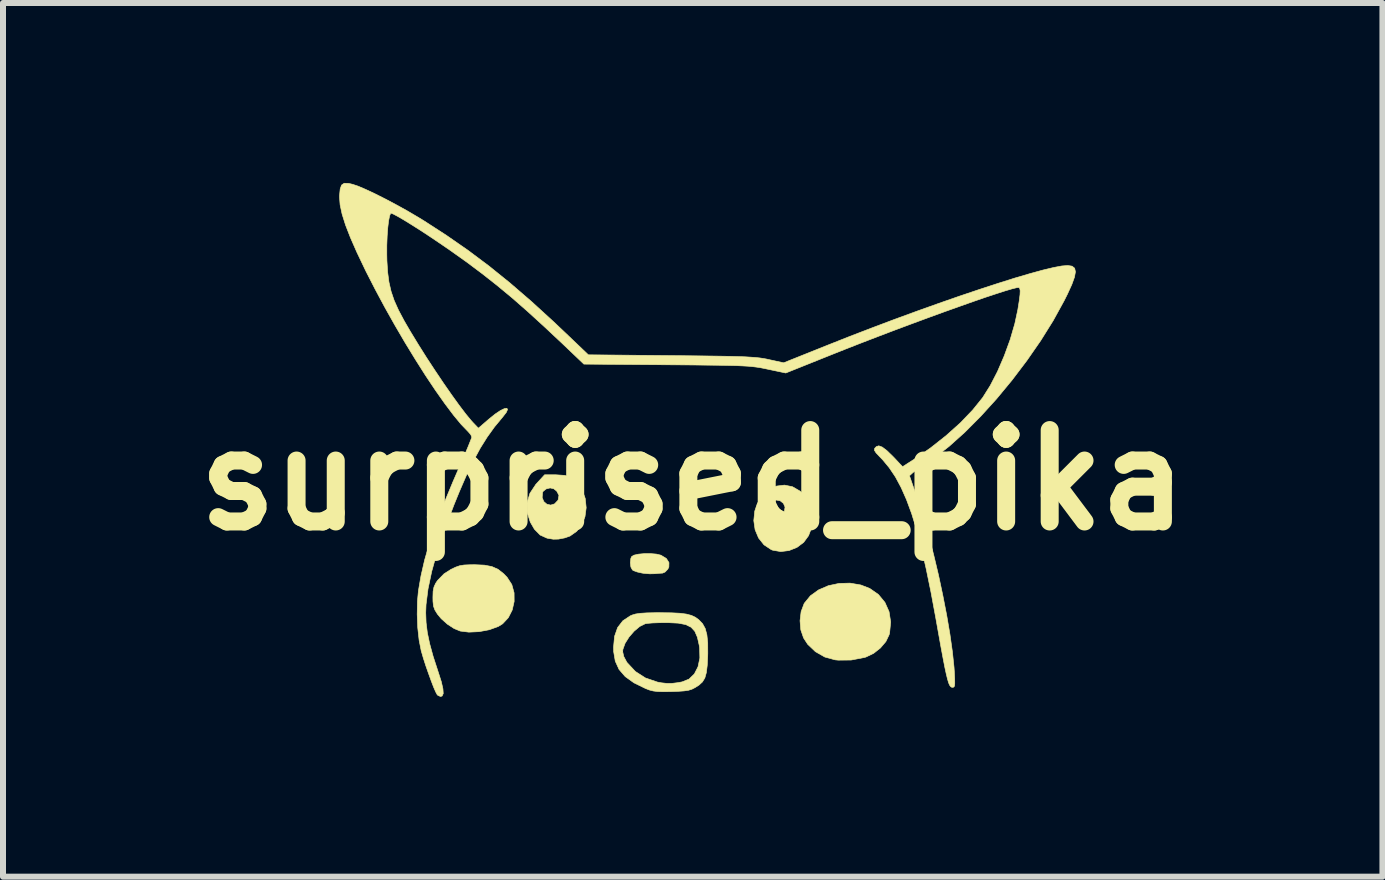
<source format=kicad_pcb>
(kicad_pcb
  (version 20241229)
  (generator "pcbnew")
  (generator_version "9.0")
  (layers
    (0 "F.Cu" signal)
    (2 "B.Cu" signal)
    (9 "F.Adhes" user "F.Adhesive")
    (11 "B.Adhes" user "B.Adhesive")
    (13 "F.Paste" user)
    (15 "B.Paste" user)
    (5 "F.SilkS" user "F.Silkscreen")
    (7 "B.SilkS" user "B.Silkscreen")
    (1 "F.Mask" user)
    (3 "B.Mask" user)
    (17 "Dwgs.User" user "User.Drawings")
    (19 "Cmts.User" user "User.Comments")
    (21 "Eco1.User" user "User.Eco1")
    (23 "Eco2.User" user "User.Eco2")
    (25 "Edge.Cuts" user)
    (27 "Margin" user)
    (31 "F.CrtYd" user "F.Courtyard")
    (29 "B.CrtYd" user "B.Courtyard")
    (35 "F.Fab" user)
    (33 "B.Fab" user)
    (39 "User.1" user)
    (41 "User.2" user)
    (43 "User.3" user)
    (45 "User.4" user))
  (footprint "surprised_pika"
    (layer "F.Cu")
    (at 8.498 4.954)
    (property "Reference" "surprised_pika" (at 0 0 0) (layer "F.SilkS") (effects (font (size 1.524 1.524) (thickness 0.3))))
    (attr through_hole)
    (fp_poly (pts (xy -0.605 1.233) (xy -0.531 1.251) (xy -0.527 1.253) (xy -0.439 1.307) (xy -0.396 1.375) (xy -0.398 1.449) (xy -0.416 1.485) (xy -0.46 1.531) (xy -0.502 1.55) (xy -0.557 1.553) (xy -0.631 1.56) (xy -0.635 1.56) (xy -0.716 1.562) (xy -0.813 1.554) (xy -0.846 1.549) (xy -0.926 1.531) (xy -0.988 1.508) (xy -1.005 1.497) (xy -1.031 1.449) (xy -1.04 1.377) (xy -1.032 1.306) (xy -1.019 1.275) (xy -0.98 1.251) (xy -0.904 1.234) (xy -0.806 1.225) (xy -0.702 1.225) (xy -0.605 1.233)) (stroke (width 0.01) (type solid)) (fill yes) (layer "F.SilkS"))
    (fp_poly (pts (xy 2.803 1.748) (xy 2.95 1.805) (xy 3.095 1.906) (xy 3.204 2.038) (xy 3.273 2.193) (xy 3.3 2.365) (xy 3.282 2.547) (xy 3.274 2.578) (xy 3.22 2.691) (xy 3.129 2.798) (xy 3.015 2.888) (xy 2.89 2.948) (xy 2.87 2.955) (xy 2.642 2.999) (xy 2.426 3.001) (xy 2.374 2.996) (xy 2.202 2.949) (xy 2.046 2.86) (xy 1.917 2.737) (xy 1.848 2.631) (xy 1.802 2.497) (xy 1.789 2.344) (xy 1.807 2.192) (xy 1.857 2.059) (xy 1.86 2.053) (xy 1.962 1.928) (xy 2.098 1.83) (xy 2.26 1.76) (xy 2.438 1.722) (xy 2.622 1.717) (xy 2.803 1.748)) (stroke (width 0.01) (type solid)) (fill yes) (layer "F.SilkS"))
    (fp_poly (pts (xy -3.473 1.417) (xy -3.348 1.441) (xy -3.245 1.487) (xy -3.151 1.561) (xy -3.093 1.622) (xy -3.016 1.741) (xy -2.978 1.879) (xy -2.977 2.024) (xy -3.009 2.165) (xy -3.074 2.293) (xy -3.169 2.395) (xy -3.242 2.44) (xy -3.391 2.494) (xy -3.561 2.526) (xy -3.732 2.534) (xy -3.876 2.516) (xy -3.978 2.474) (xy -4.09 2.401) (xy -4.192 2.31) (xy -4.256 2.233) (xy -4.298 2.165) (xy -4.321 2.102) (xy -4.33 2.022) (xy -4.331 1.954) (xy -4.328 1.854) (xy -4.314 1.783) (xy -4.286 1.721) (xy -4.254 1.673) (xy -4.145 1.561) (xy -4.027 1.486) (xy -3.95 1.45) (xy -3.884 1.427) (xy -3.812 1.415) (xy -3.718 1.411) (xy -3.634 1.41) (xy -3.473 1.417)) (stroke (width 0.01) (type solid)) (fill yes) (layer "F.SilkS"))
    (fp_poly (pts (xy 1.663 0.11) (xy 1.789 0.183) (xy 1.816 0.206) (xy 1.919 0.334) (xy 1.981 0.484) (xy 1.999 0.647) (xy 1.973 0.816) (xy 1.931 0.926) (xy 1.85 1.037) (xy 1.738 1.121) (xy 1.606 1.174) (xy 1.467 1.191) (xy 1.333 1.168) (xy 1.308 1.158) (xy 1.188 1.078) (xy 1.098 0.965) (xy 1.04 0.827) (xy 1.018 0.675) (xy 1.034 0.517) (xy 1.061 0.436) (xy 1.272 0.436) (xy 1.277 0.502) (xy 1.318 0.556) (xy 1.39 0.583) (xy 1.411 0.584) (xy 1.479 0.575) (xy 1.518 0.541) (xy 1.528 0.522) (xy 1.539 0.449) (xy 1.512 0.387) (xy 1.459 0.345) (xy 1.394 0.332) (xy 1.327 0.355) (xy 1.31 0.37) (xy 1.272 0.436) (xy 1.061 0.436) (xy 1.076 0.393) (xy 1.162 0.256) (xy 1.272 0.158) (xy 1.397 0.099) (xy 1.53 0.083) (xy 1.663 0.11)) (stroke (width 0.01) (type solid)) (fill yes) (layer "F.SilkS"))
    (fp_poly (pts (xy -2.135 -0.079) (xy -2.025 -0.047) (xy -1.94 0.014) (xy -1.869 0.111) (xy -1.848 0.151) (xy -1.792 0.305) (xy -1.776 0.46) (xy -1.796 0.609) (xy -1.85 0.743) (xy -1.934 0.853) (xy -2.046 0.932) (xy -2.134 0.963) (xy -2.238 0.983) (xy -2.323 0.985) (xy -2.416 0.97) (xy -2.434 0.965) (xy -2.544 0.915) (xy -2.639 0.818) (xy -2.708 0.699) (xy -2.761 0.535) (xy -2.762 0.376) (xy -2.735 0.29) (xy -2.51 0.29) (xy -2.483 0.357) (xy -2.432 0.401) (xy -2.368 0.416) (xy -2.303 0.396) (xy -2.248 0.338) (xy -2.243 0.328) (xy -2.23 0.254) (xy -2.266 0.185) (xy -2.316 0.144) (xy -2.377 0.13) (xy -2.444 0.147) (xy -2.494 0.187) (xy -2.503 0.205) (xy -2.51 0.29) (xy -2.735 0.29) (xy -2.714 0.22) (xy -2.615 0.07) (xy -2.588 0.041) (xy -2.469 -0.089) (xy -2.282 -0.089) (xy -2.135 -0.079)) (stroke (width 0.01) (type solid)) (fill yes) (layer "F.SilkS"))
    (fp_poly (pts (xy -0.356 2.212) (xy -0.214 2.219) (xy -0.106 2.233) (xy -0.022 2.255) (xy 0.044 2.286) (xy 0.099 2.326) (xy 0.163 2.392) (xy 0.208 2.473) (xy 0.236 2.577) (xy 0.25 2.712) (xy 0.251 2.887) (xy 0.25 2.925) (xy 0.242 3.088) (xy 0.227 3.209) (xy 0.202 3.298) (xy 0.162 3.364) (xy 0.104 3.417) (xy 0.04 3.458) (xy -0.013 3.485) (xy -0.07 3.503) (xy -0.144 3.514) (xy -0.246 3.521) (xy -0.356 3.525) (xy -0.489 3.527) (xy -0.585 3.524) (xy -0.658 3.515) (xy -0.721 3.499) (xy -0.788 3.473) (xy -0.98 3.379) (xy -1.125 3.275) (xy -1.228 3.156) (xy -1.291 3.018) (xy -1.318 2.859) (xy -1.168 2.859) (xy -1.15 2.939) (xy -1.102 3.03) (xy -1.094 3.042) (xy -0.956 3.19) (xy -0.788 3.298) (xy -0.59 3.366) (xy -0.521 3.379) (xy -0.428 3.389) (xy -0.344 3.388) (xy -0.245 3.376) (xy -0.176 3.363) (xy -0.062 3.317) (xy 0.027 3.231) (xy 0.088 3.112) (xy 0.119 2.966) (xy 0.115 2.798) (xy 0.108 2.752) (xy 0.078 2.619) (xy 0.035 2.52) (xy -0.027 2.452) (xy -0.117 2.408) (xy -0.242 2.384) (xy -0.407 2.376) (xy -0.445 2.376) (xy -0.566 2.377) (xy -0.674 2.381) (xy -0.756 2.388) (xy -0.792 2.394) (xy -0.883 2.439) (xy -0.977 2.518) (xy -1.062 2.616) (xy -1.128 2.721) (xy -1.164 2.821) (xy -1.168 2.859) (xy -1.318 2.859) (xy -1.318 2.856) (xy -1.32 2.786) (xy -1.303 2.604) (xy -1.252 2.458) (xy -1.165 2.345) (xy -1.04 2.262) (xy -1.01 2.249) (xy -0.954 2.232) (xy -0.874 2.22) (xy -0.764 2.213) (xy -0.615 2.21) (xy -0.541 2.21) (xy -0.356 2.212)) (stroke (width 0.01) (type solid)) (fill yes) (layer "F.SilkS"))
    (fp_poly (pts (xy -5.737 -4.947) (xy -5.672 -4.932) (xy -5.579 -4.901) (xy -5.453 -4.847) (xy -5.299 -4.775) (xy -5.128 -4.689) (xy -4.947 -4.593) (xy -4.764 -4.492) (xy -4.589 -4.389) (xy -4.482 -4.324) (xy -4.105 -4.08) (xy -3.745 -3.83) (xy -3.395 -3.568) (xy -3.047 -3.287) (xy -2.691 -2.98) (xy -2.32 -2.641) (xy -2.129 -2.46) (xy -1.74 -2.089) (xy -0.356 -2.076) (xy -0.052 -2.073) (xy 0.206 -2.07) (xy 0.422 -2.067) (xy 0.602 -2.064) (xy 0.75 -2.06) (xy 0.871 -2.056) (xy 0.969 -2.05) (xy 1.05 -2.044) (xy 1.118 -2.037) (xy 1.177 -2.028) (xy 1.233 -2.018) (xy 1.272 -2.009) (xy 1.516 -1.956) (xy 2.25 -2.25) (xy 2.621 -2.397) (xy 2.996 -2.541) (xy 3.37 -2.682) (xy 3.739 -2.817) (xy 4.1 -2.946) (xy 4.447 -3.067) (xy 4.777 -3.178) (xy 5.086 -3.279) (xy 5.368 -3.368) (xy 5.62 -3.442) (xy 5.838 -3.502) (xy 6.018 -3.545) (xy 6.151 -3.57) (xy 6.252 -3.578) (xy 6.324 -3.567) (xy 6.367 -3.533) (xy 6.38 -3.473) (xy 6.364 -3.384) (xy 6.32 -3.262) (xy 6.247 -3.102) (xy 6.19 -2.988) (xy 6.009 -2.659) (xy 5.801 -2.326) (xy 5.57 -1.993) (xy 5.323 -1.667) (xy 5.065 -1.355) (xy 4.8 -1.063) (xy 4.534 -0.796) (xy 4.273 -0.562) (xy 4.021 -0.366) (xy 3.899 -0.284) (xy 3.808 -0.224) (xy 3.729 -0.169) (xy 3.674 -0.128) (xy 3.667 -0.122) (xy 3.613 -0.073) (xy 3.761 0.353) (xy 3.847 0.622) (xy 3.933 0.923) (xy 4.017 1.246) (xy 4.097 1.582) (xy 4.169 1.921) (xy 4.234 2.254) (xy 4.288 2.571) (xy 4.329 2.862) (xy 4.356 3.119) (xy 4.361 3.194) (xy 4.367 3.312) (xy 4.368 3.388) (xy 4.364 3.431) (xy 4.352 3.45) (xy 4.334 3.454) (xy 4.315 3.452) (xy 4.299 3.441) (xy 4.282 3.417) (xy 4.265 3.377) (xy 4.247 3.315) (xy 4.226 3.229) (xy 4.201 3.113) (xy 4.172 2.963) (xy 4.137 2.776) (xy 4.096 2.546) (xy 4.052 2.299) (xy 3.971 1.863) (xy 3.891 1.475) (xy 3.812 1.13) (xy 3.732 0.826) (xy 3.65 0.559) (xy 3.564 0.326) (xy 3.474 0.123) (xy 3.379 -0.054) (xy 3.276 -0.207) (xy 3.166 -0.34) (xy 3.119 -0.388) (xy 3.057 -0.454) (xy 3.029 -0.497) (xy 3.032 -0.528) (xy 3.061 -0.559) (xy 3.102 -0.572) (xy 3.159 -0.551) (xy 3.235 -0.494) (xy 3.334 -0.398) (xy 3.368 -0.363) (xy 3.498 -0.224) (xy 3.686 -0.344) (xy 3.962 -0.535) (xy 4.223 -0.741) (xy 4.462 -0.955) (xy 4.668 -1.17) (xy 4.834 -1.376) (xy 4.959 -1.575) (xy 5.081 -1.811) (xy 5.193 -2.071) (xy 5.292 -2.342) (xy 5.37 -2.61) (xy 5.42 -2.843) (xy 5.443 -2.988) (xy 5.456 -3.09) (xy 5.459 -3.156) (xy 5.452 -3.195) (xy 5.439 -3.211) (xy 5.405 -3.209) (xy 5.327 -3.19) (xy 5.211 -3.156) (xy 5.059 -3.107) (xy 4.877 -3.047) (xy 4.669 -2.975) (xy 4.438 -2.893) (xy 4.188 -2.804) (xy 3.925 -2.708) (xy 3.652 -2.607) (xy 3.373 -2.503) (xy 3.092 -2.396) (xy 2.814 -2.289) (xy 2.543 -2.183) (xy 2.357 -2.109) (xy 1.551 -1.786) (xy 1.252 -1.849) (xy 1.185 -1.863) (xy 1.124 -1.875) (xy 1.064 -1.884) (xy 0.998 -1.892) (xy 0.923 -1.899) (xy 0.834 -1.904) (xy 0.725 -1.909) (xy 0.593 -1.912) (xy 0.431 -1.915) (xy 0.236 -1.917) (xy 0.002 -1.92) (xy -0.275 -1.922) (xy -0.431 -1.923) (xy -1.814 -1.934) (xy -2.179 -2.282) (xy -2.479 -2.563) (xy -2.753 -2.813) (xy -3.011 -3.039) (xy -3.261 -3.246) (xy -3.51 -3.442) (xy -3.766 -3.634) (xy -4.039 -3.828) (xy -4.211 -3.946) (xy -4.38 -4.06) (xy -4.54 -4.165) (xy -4.687 -4.258) (xy -4.815 -4.337) (xy -4.918 -4.397) (xy -4.992 -4.436) (xy -5.031 -4.451) (xy -5.035 -4.45) (xy -5.053 -4.406) (xy -5.07 -4.322) (xy -5.084 -4.205) (xy -5.094 -4.066) (xy -5.1 -3.914) (xy -5.1 -3.758) (xy -5.098 -3.658) (xy -5.086 -3.468) (xy -5.064 -3.301) (xy -5.029 -3.148) (xy -4.978 -2.997) (xy -4.906 -2.836) (xy -4.81 -2.655) (xy -4.707 -2.478) (xy -4.576 -2.263) (xy -4.437 -2.042) (xy -4.294 -1.824) (xy -4.153 -1.614) (xy -4.018 -1.42) (xy -3.893 -1.247) (xy -3.783 -1.102) (xy -3.692 -0.992) (xy -3.663 -0.96) (xy -3.573 -0.866) (xy -3.398 -1.017) (xy -3.294 -1.101) (xy -3.206 -1.16) (xy -3.14 -1.192) (xy -3.098 -1.198) (xy -3.087 -1.177) (xy -3.108 -1.129) (xy -3.168 -1.052) (xy -3.171 -1.048) (xy -3.304 -0.888) (xy -3.426 -0.718) (xy -3.542 -0.533) (xy -3.655 -0.323) (xy -3.771 -0.084) (xy -3.891 0.193) (xy -3.983 0.419) (xy -4.136 0.824) (xy -4.259 1.191) (xy -4.351 1.521) (xy -4.413 1.815) (xy -4.446 2.076) (xy -4.451 2.21) (xy -4.445 2.374) (xy -4.424 2.544) (xy -4.385 2.729) (xy -4.327 2.94) (xy -4.247 3.186) (xy -4.242 3.201) (xy -4.191 3.361) (xy -4.164 3.48) (xy -4.159 3.558) (xy -4.178 3.599) (xy -4.204 3.607) (xy -4.247 3.589) (xy -4.261 3.575) (xy -4.284 3.532) (xy -4.319 3.452) (xy -4.36 3.345) (xy -4.405 3.221) (xy -4.45 3.093) (xy -4.49 2.969) (xy -4.521 2.862) (xy -4.526 2.846) (xy -4.561 2.669) (xy -4.584 2.461) (xy -4.593 2.238) (xy -4.589 2.02) (xy -4.573 1.847) (xy -4.53 1.596) (xy -4.469 1.33) (xy -4.387 1.046) (xy -4.282 0.738) (xy -4.152 0.4) (xy -3.997 0.027) (xy -3.922 -0.146) (xy -3.854 -0.301) (xy -3.793 -0.442) (xy -3.743 -0.561) (xy -3.707 -0.651) (xy -3.686 -0.706) (xy -3.683 -0.719) (xy -3.7 -0.758) (xy -3.743 -0.808) (xy -3.75 -0.815) (xy -3.86 -0.929) (xy -3.988 -1.084) (xy -4.132 -1.275) (xy -4.288 -1.496) (xy -4.453 -1.743) (xy -4.623 -2.011) (xy -4.796 -2.294) (xy -4.968 -2.588) (xy -5.136 -2.887) (xy -5.296 -3.186) (xy -5.447 -3.481) (xy -5.462 -3.512) (xy -5.598 -3.797) (xy -5.706 -4.043) (xy -5.788 -4.254) (xy -5.845 -4.435) (xy -5.878 -4.588) (xy -5.888 -4.717) (xy -5.888 -4.742) (xy -5.877 -4.853) (xy -5.854 -4.919) (xy -5.81 -4.949) (xy -5.737 -4.947)) (stroke (width 0.01) (type solid)) (fill yes) (layer "F.SilkS")))
  (gr_rect
    (start -3 -3)
    (end 19.996 11.565)
    (stroke (width 0.1) (type default))
    (fill no)
    (layer "Edge.Cuts")))
</source>
